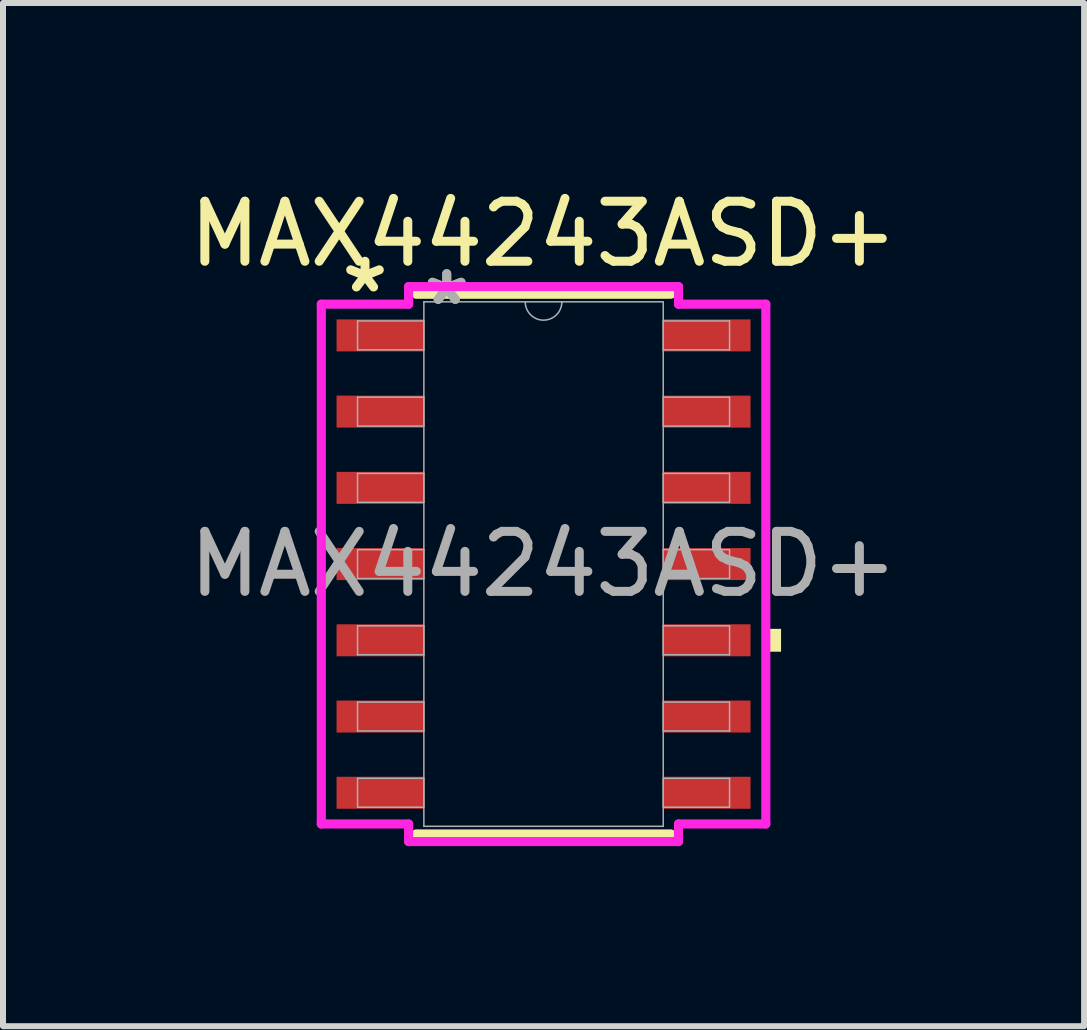
<source format=kicad_pcb>
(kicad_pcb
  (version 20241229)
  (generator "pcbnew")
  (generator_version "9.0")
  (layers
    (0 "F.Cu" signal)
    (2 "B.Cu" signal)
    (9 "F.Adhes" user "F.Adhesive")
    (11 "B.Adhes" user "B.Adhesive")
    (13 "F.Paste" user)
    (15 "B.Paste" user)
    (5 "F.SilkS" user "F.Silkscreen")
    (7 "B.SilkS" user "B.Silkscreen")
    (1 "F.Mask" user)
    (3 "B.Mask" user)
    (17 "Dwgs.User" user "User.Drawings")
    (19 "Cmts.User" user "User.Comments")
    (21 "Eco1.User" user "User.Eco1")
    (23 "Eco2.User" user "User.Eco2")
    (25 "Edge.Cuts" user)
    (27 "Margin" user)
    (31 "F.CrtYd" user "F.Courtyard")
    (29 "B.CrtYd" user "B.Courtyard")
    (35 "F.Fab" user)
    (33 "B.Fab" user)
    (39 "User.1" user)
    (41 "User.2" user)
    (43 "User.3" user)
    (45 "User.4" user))
  (footprint "MAX44243ASD+"
    (layer "F.Cu")
    (at 6.006 6.348)
    (property "Reference" "MAX44243ASD+" (at 0 -5.5 0) (unlocked yes) (layer "F.SilkS") (effects (font (size 1 1) (thickness 0.15))))
    (attr smd)
    (fp_line (start -2.121 4.496) (end 2.121 4.496) (stroke (width 0.152) (type solid)) (layer "F.SilkS"))
    (fp_line (start 2.121 -4.496) (end -2.121 -4.496) (stroke (width 0.152) (type solid)) (layer "F.SilkS"))
    (fp_poly (pts (xy 3.957 1.079) (xy 3.957 1.46) (xy 3.703 1.46) (xy 3.703 1.079)) (stroke (width 0) (type solid)) (fill yes) (layer "F.SilkS"))
    (fp_line (start -3.703 -4.33) (end -2.248 -4.33) (stroke (width 0.152) (type solid)) (layer "F.CrtYd"))
    (fp_line (start -3.703 4.33) (end -3.703 -4.33) (stroke (width 0.152) (type solid)) (layer "F.CrtYd"))
    (fp_line (start -3.703 4.33) (end -2.248 4.33) (stroke (width 0.152) (type solid)) (layer "F.CrtYd"))
    (fp_line (start -2.248 -4.623) (end 2.248 -4.623) (stroke (width 0.152) (type solid)) (layer "F.CrtYd"))
    (fp_line (start -2.248 -4.33) (end -2.248 -4.623) (stroke (width 0.152) (type solid)) (layer "F.CrtYd"))
    (fp_line (start -2.248 4.623) (end -2.248 4.33) (stroke (width 0.152) (type solid)) (layer "F.CrtYd"))
    (fp_line (start 2.248 -4.623) (end 2.248 -4.33) (stroke (width 0.152) (type solid)) (layer "F.CrtYd"))
    (fp_line (start 2.248 4.33) (end 2.248 4.623) (stroke (width 0.152) (type solid)) (layer "F.CrtYd"))
    (fp_line (start 2.248 4.623) (end -2.248 4.623) (stroke (width 0.152) (type solid)) (layer "F.CrtYd"))
    (fp_line (start 3.703 -4.33) (end 2.248 -4.33) (stroke (width 0.152) (type solid)) (layer "F.CrtYd"))
    (fp_line (start 3.703 -4.33) (end 3.703 4.33) (stroke (width 0.152) (type solid)) (layer "F.CrtYd"))
    (fp_line (start 3.703 4.33) (end 2.248 4.33) (stroke (width 0.152) (type solid)) (layer "F.CrtYd"))
    (fp_line (start -3.099 -4.051) (end -3.099 -3.569) (stroke (width 0.025) (type solid)) (layer "F.Fab"))
    (fp_line (start -3.099 -3.569) (end -1.994 -3.569) (stroke (width 0.025) (type solid)) (layer "F.Fab"))
    (fp_line (start -3.099 -2.781) (end -3.099 -2.299) (stroke (width 0.025) (type solid)) (layer "F.Fab"))
    (fp_line (start -3.099 -2.299) (end -1.994 -2.299) (stroke (width 0.025) (type solid)) (layer "F.Fab"))
    (fp_line (start -3.099 -1.511) (end -3.099 -1.029) (stroke (width 0.025) (type solid)) (layer "F.Fab"))
    (fp_line (start -3.099 -1.029) (end -1.994 -1.029) (stroke (width 0.025) (type solid)) (layer "F.Fab"))
    (fp_line (start -3.099 -0.241) (end -3.099 0.241) (stroke (width 0.025) (type solid)) (layer "F.Fab"))
    (fp_line (start -3.099 0.241) (end -1.994 0.241) (stroke (width 0.025) (type solid)) (layer "F.Fab"))
    (fp_line (start -3.099 1.029) (end -3.099 1.511) (stroke (width 0.025) (type solid)) (layer "F.Fab"))
    (fp_line (start -3.099 1.511) (end -1.994 1.511) (stroke (width 0.025) (type solid)) (layer "F.Fab"))
    (fp_line (start -3.099 2.299) (end -3.099 2.781) (stroke (width 0.025) (type solid)) (layer "F.Fab"))
    (fp_line (start -3.099 2.781) (end -1.994 2.781) (stroke (width 0.025) (type solid)) (layer "F.Fab"))
    (fp_line (start -3.099 3.569) (end -3.099 4.051) (stroke (width 0.025) (type solid)) (layer "F.Fab"))
    (fp_line (start -3.099 4.051) (end -1.994 4.051) (stroke (width 0.025) (type solid)) (layer "F.Fab"))
    (fp_line (start -1.994 -4.369) (end -1.994 4.369) (stroke (width 0.025) (type solid)) (layer "F.Fab"))
    (fp_line (start -1.994 -4.051) (end -3.099 -4.051) (stroke (width 0.025) (type solid)) (layer "F.Fab"))
    (fp_line (start -1.994 -3.569) (end -1.994 -4.051) (stroke (width 0.025) (type solid)) (layer "F.Fab"))
    (fp_line (start -1.994 -2.781) (end -3.099 -2.781) (stroke (width 0.025) (type solid)) (layer "F.Fab"))
    (fp_line (start -1.994 -2.299) (end -1.994 -2.781) (stroke (width 0.025) (type solid)) (layer "F.Fab"))
    (fp_line (start -1.994 -1.511) (end -3.099 -1.511) (stroke (width 0.025) (type solid)) (layer "F.Fab"))
    (fp_line (start -1.994 -1.029) (end -1.994 -1.511) (stroke (width 0.025) (type solid)) (layer "F.Fab"))
    (fp_line (start -1.994 -0.241) (end -3.099 -0.241) (stroke (width 0.025) (type solid)) (layer "F.Fab"))
    (fp_line (start -1.994 0.241) (end -1.994 -0.241) (stroke (width 0.025) (type solid)) (layer "F.Fab"))
    (fp_line (start -1.994 1.029) (end -3.099 1.029) (stroke (width 0.025) (type solid)) (layer "F.Fab"))
    (fp_line (start -1.994 1.511) (end -1.994 1.029) (stroke (width 0.025) (type solid)) (layer "F.Fab"))
    (fp_line (start -1.994 2.299) (end -3.099 2.299) (stroke (width 0.025) (type solid)) (layer "F.Fab"))
    (fp_line (start -1.994 2.781) (end -1.994 2.299) (stroke (width 0.025) (type solid)) (layer "F.Fab"))
    (fp_line (start -1.994 3.569) (end -3.099 3.569) (stroke (width 0.025) (type solid)) (layer "F.Fab"))
    (fp_line (start -1.994 4.051) (end -1.994 3.569) (stroke (width 0.025) (type solid)) (layer "F.Fab"))
    (fp_line (start -1.994 4.369) (end 1.994 4.369) (stroke (width 0.025) (type solid)) (layer "F.Fab"))
    (fp_line (start 1.994 -4.369) (end -1.994 -4.369) (stroke (width 0.025) (type solid)) (layer "F.Fab"))
    (fp_line (start 1.994 -4.051) (end 1.994 -3.569) (stroke (width 0.025) (type solid)) (layer "F.Fab"))
    (fp_line (start 1.994 -3.569) (end 3.099 -3.569) (stroke (width 0.025) (type solid)) (layer "F.Fab"))
    (fp_line (start 1.994 -2.781) (end 1.994 -2.299) (stroke (width 0.025) (type solid)) (layer "F.Fab"))
    (fp_line (start 1.994 -2.299) (end 3.099 -2.299) (stroke (width 0.025) (type solid)) (layer "F.Fab"))
    (fp_line (start 1.994 -1.511) (end 1.994 -1.029) (stroke (width 0.025) (type solid)) (layer "F.Fab"))
    (fp_line (start 1.994 -1.029) (end 3.099 -1.029) (stroke (width 0.025) (type solid)) (layer "F.Fab"))
    (fp_line (start 1.994 -0.241) (end 1.994 0.241) (stroke (width 0.025) (type solid)) (layer "F.Fab"))
    (fp_line (start 1.994 0.241) (end 3.099 0.241) (stroke (width 0.025) (type solid)) (layer "F.Fab"))
    (fp_line (start 1.994 1.029) (end 1.994 1.511) (stroke (width 0.025) (type solid)) (layer "F.Fab"))
    (fp_line (start 1.994 1.511) (end 3.099 1.511) (stroke (width 0.025) (type solid)) (layer "F.Fab"))
    (fp_line (start 1.994 2.299) (end 1.994 2.781) (stroke (width 0.025) (type solid)) (layer "F.Fab"))
    (fp_line (start 1.994 2.781) (end 3.099 2.781) (stroke (width 0.025) (type solid)) (layer "F.Fab"))
    (fp_line (start 1.994 3.569) (end 1.994 4.051) (stroke (width 0.025) (type solid)) (layer "F.Fab"))
    (fp_line (start 1.994 4.051) (end 3.099 4.051) (stroke (width 0.025) (type solid)) (layer "F.Fab"))
    (fp_line (start 1.994 4.369) (end 1.994 -4.369) (stroke (width 0.025) (type solid)) (layer "F.Fab"))
    (fp_line (start 3.099 -4.051) (end 1.994 -4.051) (stroke (width 0.025) (type solid)) (layer "F.Fab"))
    (fp_line (start 3.099 -3.569) (end 3.099 -4.051) (stroke (width 0.025) (type solid)) (layer "F.Fab"))
    (fp_line (start 3.099 -2.781) (end 1.994 -2.781) (stroke (width 0.025) (type solid)) (layer "F.Fab"))
    (fp_line (start 3.099 -2.299) (end 3.099 -2.781) (stroke (width 0.025) (type solid)) (layer "F.Fab"))
    (fp_line (start 3.099 -1.511) (end 1.994 -1.511) (stroke (width 0.025) (type solid)) (layer "F.Fab"))
    (fp_line (start 3.099 -1.029) (end 3.099 -1.511) (stroke (width 0.025) (type solid)) (layer "F.Fab"))
    (fp_line (start 3.099 -0.241) (end 1.994 -0.241) (stroke (width 0.025) (type solid)) (layer "F.Fab"))
    (fp_line (start 3.099 0.241) (end 3.099 -0.241) (stroke (width 0.025) (type solid)) (layer "F.Fab"))
    (fp_line (start 3.099 1.029) (end 1.994 1.029) (stroke (width 0.025) (type solid)) (layer "F.Fab"))
    (fp_line (start 3.099 1.511) (end 3.099 1.029) (stroke (width 0.025) (type solid)) (layer "F.Fab"))
    (fp_line (start 3.099 2.299) (end 1.994 2.299) (stroke (width 0.025) (type solid)) (layer "F.Fab"))
    (fp_line (start 3.099 2.781) (end 3.099 2.299) (stroke (width 0.025) (type solid)) (layer "F.Fab"))
    (fp_line (start 3.099 3.569) (end 1.994 3.569) (stroke (width 0.025) (type solid)) (layer "F.Fab"))
    (fp_line (start 3.099 4.051) (end 3.099 3.569) (stroke (width 0.025) (type solid)) (layer "F.Fab"))
    (fp_arc (start 0.3048 -4.3688) (mid 0 -4.064) (end -0.3048 -4.3688) (stroke (width 0.0254) (type solid)) (layer "F.Fab"))
    (fp_text user "*" (at -2.975 -4.5 0) (layer "F.SilkS") (effects (font (size 1 1) (thickness 0.15))))
    (fp_text user "${REFERENCE}" (at 0 0 0) (unlocked yes) (layer "F.Fab") (effects (font (size 1 1) (thickness 0.15))))
    (fp_text user "*" (at -1.613 -4.293 0) (unlocked yes) (layer "F.Fab") (effects (font (size 1 1) (thickness 0.15))))
    (fp_text user "*" (at -1.613 -4.293 0) (layer "F.Fab") (effects (font (size 1 1) (thickness 0.15))))
    (pad "1" smd rect (at -2.721 -3.81) (size 1.455 0.533) (layers "F.Cu" "F.Mask" "F.Paste"))
    (pad "2" smd rect (at -2.721 -2.54) (size 1.455 0.533) (layers "F.Cu" "F.Mask" "F.Paste"))
    (pad "3" smd rect (at -2.721 -1.27) (size 1.455 0.533) (layers "F.Cu" "F.Mask" "F.Paste"))
    (pad "4" smd rect (at -2.721 0) (size 1.455 0.533) (layers "F.Cu" "F.Mask" "F.Paste"))
    (pad "5" smd rect (at -2.721 1.27) (size 1.455 0.533) (layers "F.Cu" "F.Mask" "F.Paste"))
    (pad "6" smd rect (at -2.721 2.54) (size 1.455 0.533) (layers "F.Cu" "F.Mask" "F.Paste"))
    (pad "7" smd rect (at -2.721 3.81) (size 1.455 0.533) (layers "F.Cu" "F.Mask" "F.Paste"))
    (pad "8" smd rect (at 2.721 3.81) (size 1.455 0.533) (layers "F.Cu" "F.Mask" "F.Paste"))
    (pad "9" smd rect (at 2.721 2.54) (size 1.455 0.533) (layers "F.Cu" "F.Mask" "F.Paste"))
    (pad "10" smd rect (at 2.721 1.27) (size 1.455 0.533) (layers "F.Cu" "F.Mask" "F.Paste"))
    (pad "11" smd rect (at 2.721 0) (size 1.455 0.533) (layers "F.Cu" "F.Mask" "F.Paste"))
    (pad "12" smd rect (at 2.721 -1.27) (size 1.455 0.533) (layers "F.Cu" "F.Mask" "F.Paste"))
    (pad "13" smd rect (at 2.721 -2.54) (size 1.455 0.533) (layers "F.Cu" "F.Mask" "F.Paste"))
    (pad "14" smd rect (at 2.721 -3.81) (size 1.455 0.533) (layers "F.Cu" "F.Mask" "F.Paste")))
  (gr_rect
    (start -3 -3)
    (end 15.012 14.047)
    (stroke (width 0.1) (type default))
    (fill no)
    (layer "Edge.Cuts")))
</source>
